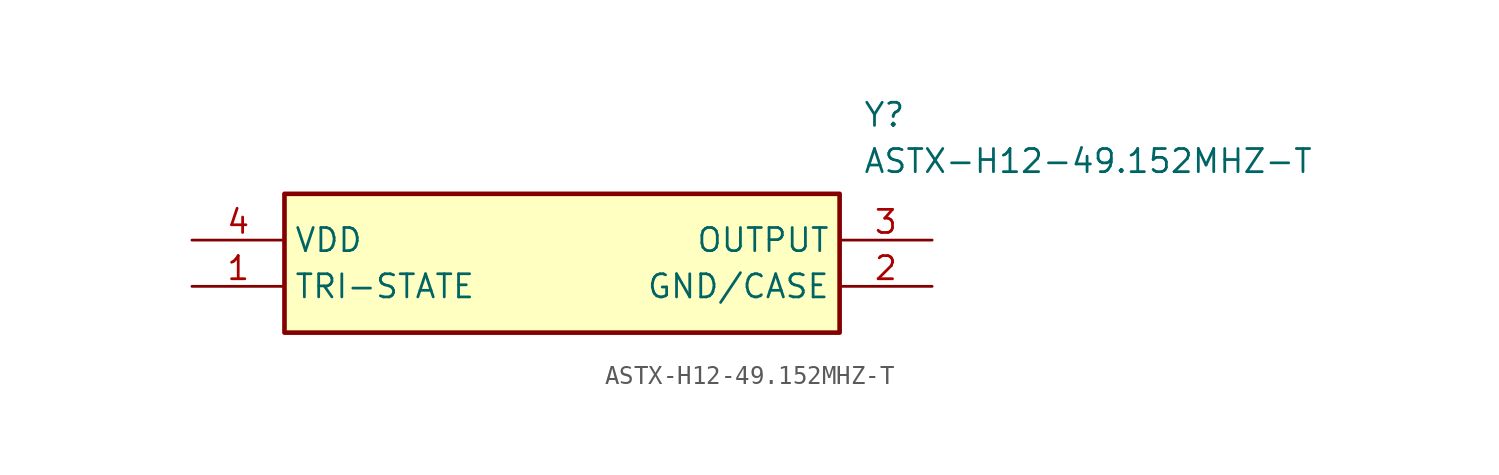
<source format=kicad_sym>
(kicad_symbol_lib
  (version 20211014)
  (generator SamacSys_ECAD_Model)
  (symbol "ASTX-H12-49.152MHZ-T"
    (property "Reference" "Y"
      (at 36.83 7.62 0)
      (effects (font (size 1.27 1.27)) (justify left top)))
    (property "Value" "ASTX-H12-49.152MHZ-T"
      (at 36.83 5.08 0)
      (effects (font (size 1.27 1.27)) (justify left top)))
    (rectangle
      (start 5.08 2.54)
      (end 35.56 -5.08)
      (stroke (width 0.254) (type default))
      (fill (type background)))
    (pin passive line
      (at 0 -2.54 0)
      (length 5.08)
      (name "TRI-STATE" (effects (font (size 1.27 1.27))))
      (number "1" (effects (font (size 1.27 1.27)))))
    (pin passive line
      (at 40.64 -2.54 180)
      (length 5.08)
      (name "GND/CASE" (effects (font (size 1.27 1.27))))
      (number "2" (effects (font (size 1.27 1.27)))))
    (pin passive line
      (at 40.64 0 180)
      (length 5.08)
      (name "OUTPUT" (effects (font (size 1.27 1.27))))
      (number "3" (effects (font (size 1.27 1.27)))))
    (pin passive line
      (at 0 0 0)
      (length 5.08)
      (name "VDD" (effects (font (size 1.27 1.27))))
      (number "4" (effects (font (size 1.27 1.27)))))))
</source>
